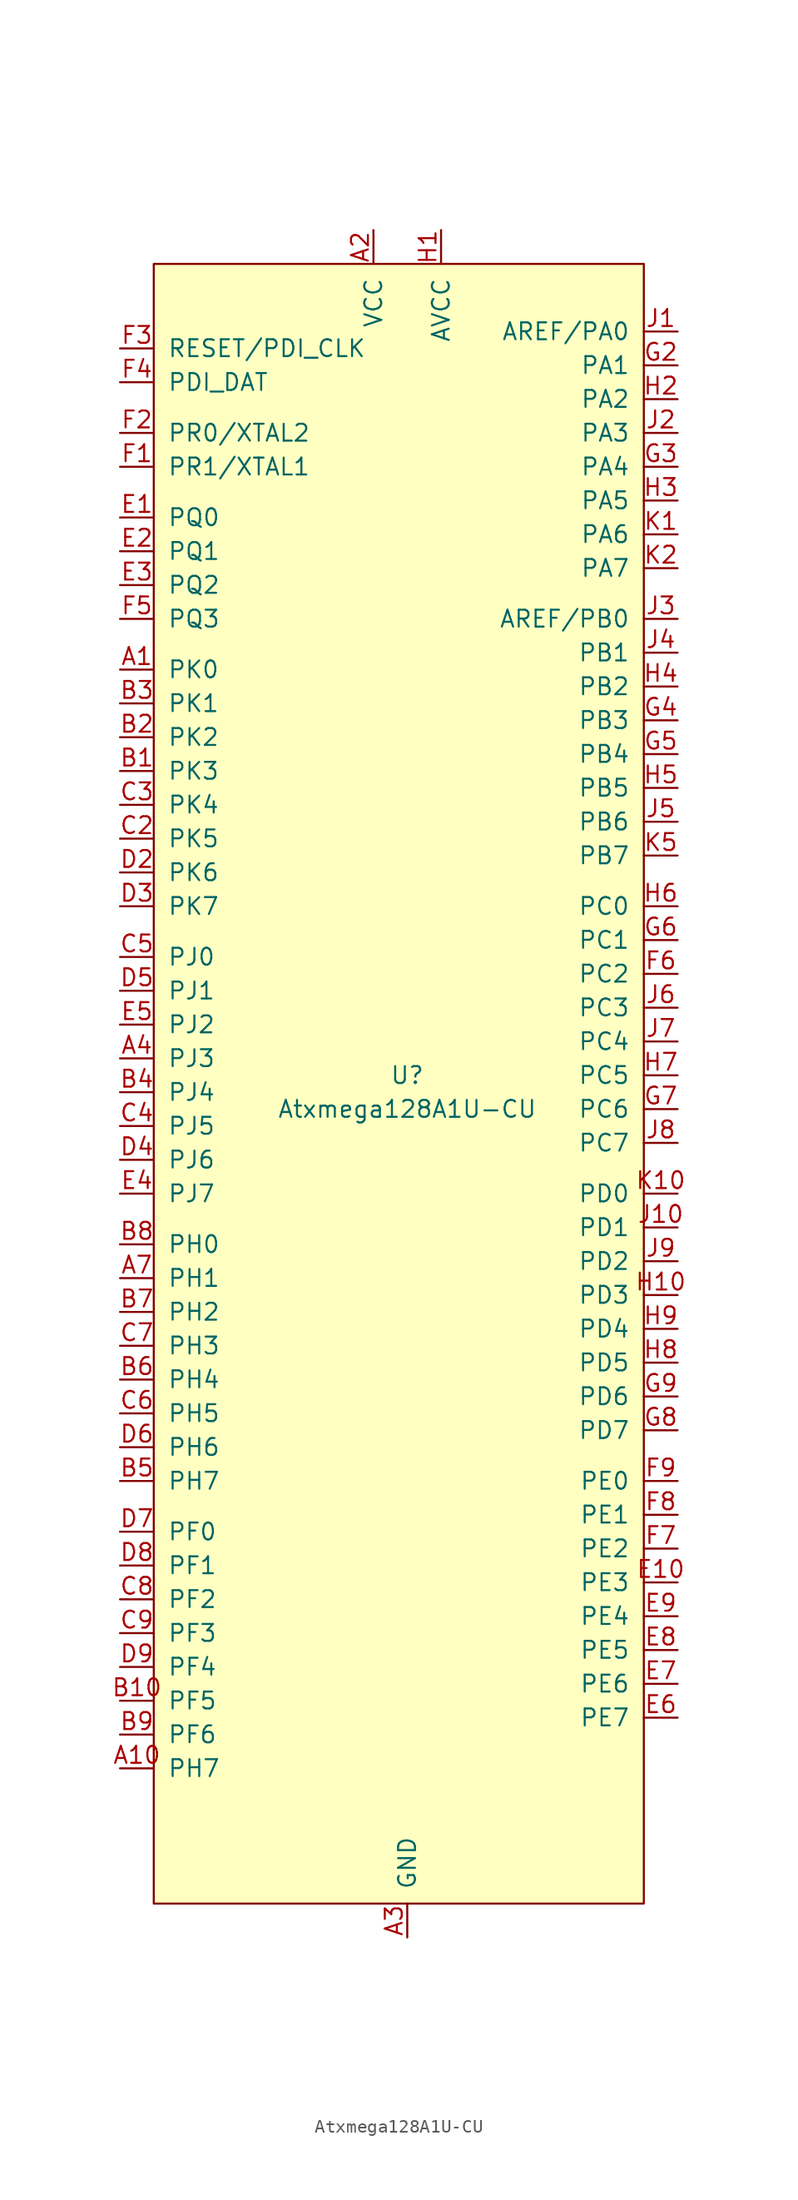
<source format=kicad_sym>
(kicad_symbol_lib
  (version 20211014)
  (generator kicad_symbol_editor)
  (symbol "Atxmega128A1U-CU"
    (pin_names
      (offset 1.016))
    (property "Reference" "U"
      (at 0 0 0)
      (effects (font (size 1.27 1.27))))
    (property "Value" "Atxmega128A1U-CU"
      (at 0 -2.54 0)
      (effects (font (size 1.27 1.27))))
    (symbol "Atxmega128A1U-CU_0_1"
      (rectangle (start -19.05 60.96) (end 17.78 -62.23) (stroke (width 0) (type default) (color 0 0 0 0)) (fill (type background))))
    (symbol "Atxmega128A1U-CU_1_1"
      (pin bidirectional line (at -21.59 30.48 0) (length 2.54) (name "PK0" (effects (font (size 1.27 1.27)))) (number "A1" (effects (font (size 1.27 1.27)))))
      (pin bidirectional line (at -21.59 -52.07 0) (length 2.54) (name "PH7" (effects (font (size 1.27 1.27)))) (number "A10" (effects (font (size 1.27 1.27)))))
      (pin power_in line (at -2.54 63.5 270) (length 2.54) (name "VCC" (effects (font (size 1.27 1.27)))) (number "A2" (effects (font (size 1.27 1.27)))))
      (pin power_in line (at 0 -64.77 90) (length 2.54) (name "GND" (effects (font (size 1.27 1.27)))) (number "A3" (effects (font (size 1.27 1.27)))))
      (pin bidirectional line (at -21.59 1.27 0) (length 2.54) (name "PJ3" (effects (font (size 1.27 1.27)))) (number "A4" (effects (font (size 1.27 1.27)))))
      (pin passive line (at -2.54 63.5 270) (length 2.54) hide (name "VCC" (effects (font (size 1.27 1.27)))) (number "A5" (effects (font (size 1.27 1.27)))))
      (pin passive line (at 0 -64.77 90) (length 2.54) hide (name "GND" (effects (font (size 1.27 1.27)))) (number "A6" (effects (font (size 1.27 1.27)))))
      (pin bidirectional line (at -21.59 -15.24 0) (length 2.54) (name "PH1" (effects (font (size 1.27 1.27)))) (number "A7" (effects (font (size 1.27 1.27)))))
      (pin passive line (at 0 -64.77 90) (length 2.54) hide (name "GND" (effects (font (size 1.27 1.27)))) (number "A8" (effects (font (size 1.27 1.27)))))
      (pin passive line (at -2.54 63.5 270) (length 2.54) hide (name "VCC" (effects (font (size 1.27 1.27)))) (number "A9" (effects (font (size 1.27 1.27)))))
      (pin bidirectional line (at -21.59 22.86 0) (length 2.54) (name "PK3" (effects (font (size 1.27 1.27)))) (number "B1" (effects (font (size 1.27 1.27)))))
      (pin bidirectional line (at -21.59 -46.99 0) (length 2.54) (name "PF5" (effects (font (size 1.27 1.27)))) (number "B10" (effects (font (size 1.27 1.27)))))
      (pin bidirectional line (at -21.59 25.4 0) (length 2.54) (name "PK2" (effects (font (size 1.27 1.27)))) (number "B2" (effects (font (size 1.27 1.27)))))
      (pin bidirectional line (at -21.59 27.94 0) (length 2.54) (name "PK1" (effects (font (size 1.27 1.27)))) (number "B3" (effects (font (size 1.27 1.27)))))
      (pin bidirectional line (at -21.59 -1.27 0) (length 2.54) (name "PJ4" (effects (font (size 1.27 1.27)))) (number "B4" (effects (font (size 1.27 1.27)))))
      (pin bidirectional line (at -21.59 -30.48 0) (length 2.54) (name "PH7" (effects (font (size 1.27 1.27)))) (number "B5" (effects (font (size 1.27 1.27)))))
      (pin bidirectional line (at -21.59 -22.86 0) (length 2.54) (name "PH4" (effects (font (size 1.27 1.27)))) (number "B6" (effects (font (size 1.27 1.27)))))
      (pin bidirectional line (at -21.59 -17.78 0) (length 2.54) (name "PH2" (effects (font (size 1.27 1.27)))) (number "B7" (effects (font (size 1.27 1.27)))))
      (pin bidirectional line (at -21.59 -12.7 0) (length 2.54) (name "PH0" (effects (font (size 1.27 1.27)))) (number "B8" (effects (font (size 1.27 1.27)))))
      (pin bidirectional line (at -21.59 -49.53 0) (length 2.54) (name "PF6" (effects (font (size 1.27 1.27)))) (number "B9" (effects (font (size 1.27 1.27)))))
      (pin passive line (at -2.54 63.5 270) (length 2.54) hide (name "VCC" (effects (font (size 1.27 1.27)))) (number "C1" (effects (font (size 1.27 1.27)))))
      (pin passive line (at -2.54 63.5 270) (length 2.54) hide (name "VCC" (effects (font (size 1.27 1.27)))) (number "C10" (effects (font (size 1.27 1.27)))))
      (pin bidirectional line (at -21.59 17.78 0) (length 2.54) (name "PK5" (effects (font (size 1.27 1.27)))) (number "C2" (effects (font (size 1.27 1.27)))))
      (pin bidirectional line (at -21.59 20.32 0) (length 2.54) (name "PK4" (effects (font (size 1.27 1.27)))) (number "C3" (effects (font (size 1.27 1.27)))))
      (pin bidirectional line (at -21.59 -3.81 0) (length 2.54) (name "PJ5" (effects (font (size 1.27 1.27)))) (number "C4" (effects (font (size 1.27 1.27)))))
      (pin bidirectional line (at -21.59 8.89 0) (length 2.54) (name "PJ0" (effects (font (size 1.27 1.27)))) (number "C5" (effects (font (size 1.27 1.27)))))
      (pin bidirectional line (at -21.59 -25.4 0) (length 2.54) (name "PH5" (effects (font (size 1.27 1.27)))) (number "C6" (effects (font (size 1.27 1.27)))))
      (pin bidirectional line (at -21.59 -20.32 0) (length 2.54) (name "PH3" (effects (font (size 1.27 1.27)))) (number "C7" (effects (font (size 1.27 1.27)))))
      (pin bidirectional line (at -21.59 -39.37 0) (length 2.54) (name "PF2" (effects (font (size 1.27 1.27)))) (number "C8" (effects (font (size 1.27 1.27)))))
      (pin bidirectional line (at -21.59 -41.91 0) (length 2.54) (name "PF3" (effects (font (size 1.27 1.27)))) (number "C9" (effects (font (size 1.27 1.27)))))
      (pin passive line (at 0 -64.77 90) (length 2.54) hide (name "GND" (effects (font (size 1.27 1.27)))) (number "D1" (effects (font (size 1.27 1.27)))))
      (pin passive line (at 0 -64.77 90) (length 2.54) hide (name "GND" (effects (font (size 1.27 1.27)))) (number "D10" (effects (font (size 1.27 1.27)))))
      (pin bidirectional line (at -21.59 15.24 0) (length 2.54) (name "PK6" (effects (font (size 1.27 1.27)))) (number "D2" (effects (font (size 1.27 1.27)))))
      (pin bidirectional line (at -21.59 12.7 0) (length 2.54) (name "PK7" (effects (font (size 1.27 1.27)))) (number "D3" (effects (font (size 1.27 1.27)))))
      (pin bidirectional line (at -21.59 -6.35 0) (length 2.54) (name "PJ6" (effects (font (size 1.27 1.27)))) (number "D4" (effects (font (size 1.27 1.27)))))
      (pin bidirectional line (at -21.59 6.35 0) (length 2.54) (name "PJ1" (effects (font (size 1.27 1.27)))) (number "D5" (effects (font (size 1.27 1.27)))))
      (pin bidirectional line (at -21.59 -27.94 0) (length 2.54) (name "PH6" (effects (font (size 1.27 1.27)))) (number "D6" (effects (font (size 1.27 1.27)))))
      (pin bidirectional line (at -21.59 -34.29 0) (length 2.54) (name "PF0" (effects (font (size 1.27 1.27)))) (number "D7" (effects (font (size 1.27 1.27)))))
      (pin bidirectional line (at -21.59 -36.83 0) (length 2.54) (name "PF1" (effects (font (size 1.27 1.27)))) (number "D8" (effects (font (size 1.27 1.27)))))
      (pin bidirectional line (at -21.59 -44.45 0) (length 2.54) (name "PF4" (effects (font (size 1.27 1.27)))) (number "D9" (effects (font (size 1.27 1.27)))))
      (pin bidirectional line (at -21.59 41.91 0) (length 2.54) (name "PQ0" (effects (font (size 1.27 1.27)))) (number "E1" (effects (font (size 1.27 1.27)))))
      (pin bidirectional line (at 20.32 -38.1 180) (length 2.54) (name "PE3" (effects (font (size 1.27 1.27)))) (number "E10" (effects (font (size 1.27 1.27)))))
      (pin bidirectional line (at -21.59 39.37 0) (length 2.54) (name "PQ1" (effects (font (size 1.27 1.27)))) (number "E2" (effects (font (size 1.27 1.27)))))
      (pin bidirectional line (at -21.59 36.83 0) (length 2.54) (name "PQ2" (effects (font (size 1.27 1.27)))) (number "E3" (effects (font (size 1.27 1.27)))))
      (pin bidirectional line (at -21.59 -8.89 0) (length 2.54) (name "PJ7" (effects (font (size 1.27 1.27)))) (number "E4" (effects (font (size 1.27 1.27)))))
      (pin bidirectional line (at -21.59 3.81 0) (length 2.54) (name "PJ2" (effects (font (size 1.27 1.27)))) (number "E5" (effects (font (size 1.27 1.27)))))
      (pin bidirectional line (at 20.32 -48.26 180) (length 2.54) (name "PE7" (effects (font (size 1.27 1.27)))) (number "E6" (effects (font (size 1.27 1.27)))))
      (pin bidirectional line (at 20.32 -45.72 180) (length 2.54) (name "PE6" (effects (font (size 1.27 1.27)))) (number "E7" (effects (font (size 1.27 1.27)))))
      (pin bidirectional line (at 20.32 -43.18 180) (length 2.54) (name "PE5" (effects (font (size 1.27 1.27)))) (number "E8" (effects (font (size 1.27 1.27)))))
      (pin bidirectional line (at 20.32 -40.64 180) (length 2.54) (name "PE4" (effects (font (size 1.27 1.27)))) (number "E9" (effects (font (size 1.27 1.27)))))
      (pin bidirectional line (at -21.59 45.72 0) (length 2.54) (name "PR1/XTAL1" (effects (font (size 1.27 1.27)))) (number "F1" (effects (font (size 1.27 1.27)))))
      (pin passive line (at -2.54 63.5 270) (length 2.54) hide (name "VCC" (effects (font (size 1.27 1.27)))) (number "F10" (effects (font (size 1.27 1.27)))))
      (pin bidirectional line (at -21.59 48.26 0) (length 2.54) (name "PR0/XTAL2" (effects (font (size 1.27 1.27)))) (number "F2" (effects (font (size 1.27 1.27)))))
      (pin input line (at -21.59 54.61 0) (length 2.54) (name "RESET/PDI_CLK" (effects (font (size 1.27 1.27)))) (number "F3" (effects (font (size 1.27 1.27)))))
      (pin bidirectional line (at -21.59 52.07 0) (length 2.54) (name "PDI_DAT" (effects (font (size 1.27 1.27)))) (number "F4" (effects (font (size 1.27 1.27)))))
      (pin bidirectional line (at -21.59 34.29 0) (length 2.54) (name "PQ3" (effects (font (size 1.27 1.27)))) (number "F5" (effects (font (size 1.27 1.27)))))
      (pin bidirectional line (at 20.32 7.62 180) (length 2.54) (name "PC2" (effects (font (size 1.27 1.27)))) (number "F6" (effects (font (size 1.27 1.27)))))
      (pin bidirectional line (at 20.32 -35.56 180) (length 2.54) (name "PE2" (effects (font (size 1.27 1.27)))) (number "F7" (effects (font (size 1.27 1.27)))))
      (pin bidirectional line (at 20.32 -33.02 180) (length 2.54) (name "PE1" (effects (font (size 1.27 1.27)))) (number "F8" (effects (font (size 1.27 1.27)))))
      (pin bidirectional line (at 20.32 -30.48 180) (length 2.54) (name "PE0" (effects (font (size 1.27 1.27)))) (number "F9" (effects (font (size 1.27 1.27)))))
      (pin passive line (at 0 -64.77 90) (length 2.54) hide (name "GND" (effects (font (size 1.27 1.27)))) (number "G1" (effects (font (size 1.27 1.27)))))
      (pin passive line (at 0 -64.77 90) (length 2.54) hide (name "GND" (effects (font (size 1.27 1.27)))) (number "G10" (effects (font (size 1.27 1.27)))))
      (pin bidirectional line (at 20.32 53.34 180) (length 2.54) (name "PA1" (effects (font (size 1.27 1.27)))) (number "G2" (effects (font (size 1.27 1.27)))))
      (pin bidirectional line (at 20.32 45.72 180) (length 2.54) (name "PA4" (effects (font (size 1.27 1.27)))) (number "G3" (effects (font (size 1.27 1.27)))))
      (pin bidirectional line (at 20.32 26.67 180) (length 2.54) (name "PB3" (effects (font (size 1.27 1.27)))) (number "G4" (effects (font (size 1.27 1.27)))))
      (pin bidirectional line (at 20.32 24.13 180) (length 2.54) (name "PB4" (effects (font (size 1.27 1.27)))) (number "G5" (effects (font (size 1.27 1.27)))))
      (pin bidirectional line (at 20.32 10.16 180) (length 2.54) (name "PC1" (effects (font (size 1.27 1.27)))) (number "G6" (effects (font (size 1.27 1.27)))))
      (pin bidirectional line (at 20.32 -2.54 180) (length 2.54) (name "PC6" (effects (font (size 1.27 1.27)))) (number "G7" (effects (font (size 1.27 1.27)))))
      (pin bidirectional line (at 20.32 -26.67 180) (length 2.54) (name "PD7" (effects (font (size 1.27 1.27)))) (number "G8" (effects (font (size 1.27 1.27)))))
      (pin bidirectional line (at 20.32 -24.13 180) (length 2.54) (name "PD6" (effects (font (size 1.27 1.27)))) (number "G9" (effects (font (size 1.27 1.27)))))
      (pin power_in line (at 2.54 63.5 270) (length 2.54) (name "AVCC" (effects (font (size 1.27 1.27)))) (number "H1" (effects (font (size 1.27 1.27)))))
      (pin bidirectional line (at 20.32 -16.51 180) (length 2.54) (name "PD3" (effects (font (size 1.27 1.27)))) (number "H10" (effects (font (size 1.27 1.27)))))
      (pin bidirectional line (at 20.32 50.8 180) (length 2.54) (name "PA2" (effects (font (size 1.27 1.27)))) (number "H2" (effects (font (size 1.27 1.27)))))
      (pin bidirectional line (at 20.32 43.18 180) (length 2.54) (name "PA5" (effects (font (size 1.27 1.27)))) (number "H3" (effects (font (size 1.27 1.27)))))
      (pin bidirectional line (at 20.32 29.21 180) (length 2.54) (name "PB2" (effects (font (size 1.27 1.27)))) (number "H4" (effects (font (size 1.27 1.27)))))
      (pin bidirectional line (at 20.32 21.59 180) (length 2.54) (name "PB5" (effects (font (size 1.27 1.27)))) (number "H5" (effects (font (size 1.27 1.27)))))
      (pin bidirectional line (at 20.32 12.7 180) (length 2.54) (name "PC0" (effects (font (size 1.27 1.27)))) (number "H6" (effects (font (size 1.27 1.27)))))
      (pin bidirectional line (at 20.32 0 180) (length 2.54) (name "PC5" (effects (font (size 1.27 1.27)))) (number "H7" (effects (font (size 1.27 1.27)))))
      (pin bidirectional line (at 20.32 -21.59 180) (length 2.54) (name "PD5" (effects (font (size 1.27 1.27)))) (number "H8" (effects (font (size 1.27 1.27)))))
      (pin bidirectional line (at 20.32 -19.05 180) (length 2.54) (name "PD4" (effects (font (size 1.27 1.27)))) (number "H9" (effects (font (size 1.27 1.27)))))
      (pin bidirectional line (at 20.32 55.88 180) (length 2.54) (name "AREF/PA0" (effects (font (size 1.27 1.27)))) (number "J1" (effects (font (size 1.27 1.27)))))
      (pin bidirectional line (at 20.32 -11.43 180) (length 2.54) (name "PD1" (effects (font (size 1.27 1.27)))) (number "J10" (effects (font (size 1.27 1.27)))))
      (pin bidirectional line (at 20.32 48.26 180) (length 2.54) (name "PA3" (effects (font (size 1.27 1.27)))) (number "J2" (effects (font (size 1.27 1.27)))))
      (pin bidirectional line (at 20.32 34.29 180) (length 2.54) (name "AREF/PB0" (effects (font (size 1.27 1.27)))) (number "J3" (effects (font (size 1.27 1.27)))))
      (pin bidirectional line (at 20.32 31.75 180) (length 2.54) (name "PB1" (effects (font (size 1.27 1.27)))) (number "J4" (effects (font (size 1.27 1.27)))))
      (pin bidirectional line (at 20.32 19.05 180) (length 2.54) (name "PB6" (effects (font (size 1.27 1.27)))) (number "J5" (effects (font (size 1.27 1.27)))))
      (pin bidirectional line (at 20.32 5.08 180) (length 2.54) (name "PC3" (effects (font (size 1.27 1.27)))) (number "J6" (effects (font (size 1.27 1.27)))))
      (pin bidirectional line (at 20.32 2.54 180) (length 2.54) (name "PC4" (effects (font (size 1.27 1.27)))) (number "J7" (effects (font (size 1.27 1.27)))))
      (pin bidirectional line (at 20.32 -5.08 180) (length 2.54) (name "PC7" (effects (font (size 1.27 1.27)))) (number "J8" (effects (font (size 1.27 1.27)))))
      (pin bidirectional line (at 20.32 -13.97 180) (length 2.54) (name "PD2" (effects (font (size 1.27 1.27)))) (number "J9" (effects (font (size 1.27 1.27)))))
      (pin bidirectional line (at 20.32 40.64 180) (length 2.54) (name "PA6" (effects (font (size 1.27 1.27)))) (number "K1" (effects (font (size 1.27 1.27)))))
      (pin bidirectional line (at 20.32 -8.89 180) (length 2.54) (name "PD0" (effects (font (size 1.27 1.27)))) (number "K10" (effects (font (size 1.27 1.27)))))
      (pin bidirectional line (at 20.32 38.1 180) (length 2.54) (name "PA7" (effects (font (size 1.27 1.27)))) (number "K2" (effects (font (size 1.27 1.27)))))
      (pin passive line (at 0 -64.77 90) (length 2.54) hide (name "GND" (effects (font (size 1.27 1.27)))) (number "K3" (effects (font (size 1.27 1.27)))))
      (pin passive line (at 2.54 63.5 270) (length 2.54) hide (name "AVCC" (effects (font (size 1.27 1.27)))) (number "K4" (effects (font (size 1.27 1.27)))))
      (pin bidirectional line (at 20.32 16.51 180) (length 2.54) (name "PB7" (effects (font (size 1.27 1.27)))) (number "K5" (effects (font (size 1.27 1.27)))))
      (pin passive line (at -2.54 63.5 270) (length 2.54) hide (name "VCC" (effects (font (size 1.27 1.27)))) (number "K6" (effects (font (size 1.27 1.27)))))
      (pin passive line (at 0 -64.77 90) (length 2.54) hide (name "GND" (effects (font (size 1.27 1.27)))) (number "K7" (effects (font (size 1.27 1.27)))))
      (pin passive line (at -2.54 63.5 270) (length 2.54) hide (name "VCC" (effects (font (size 1.27 1.27)))) (number "K8" (effects (font (size 1.27 1.27))))))))
</source>
